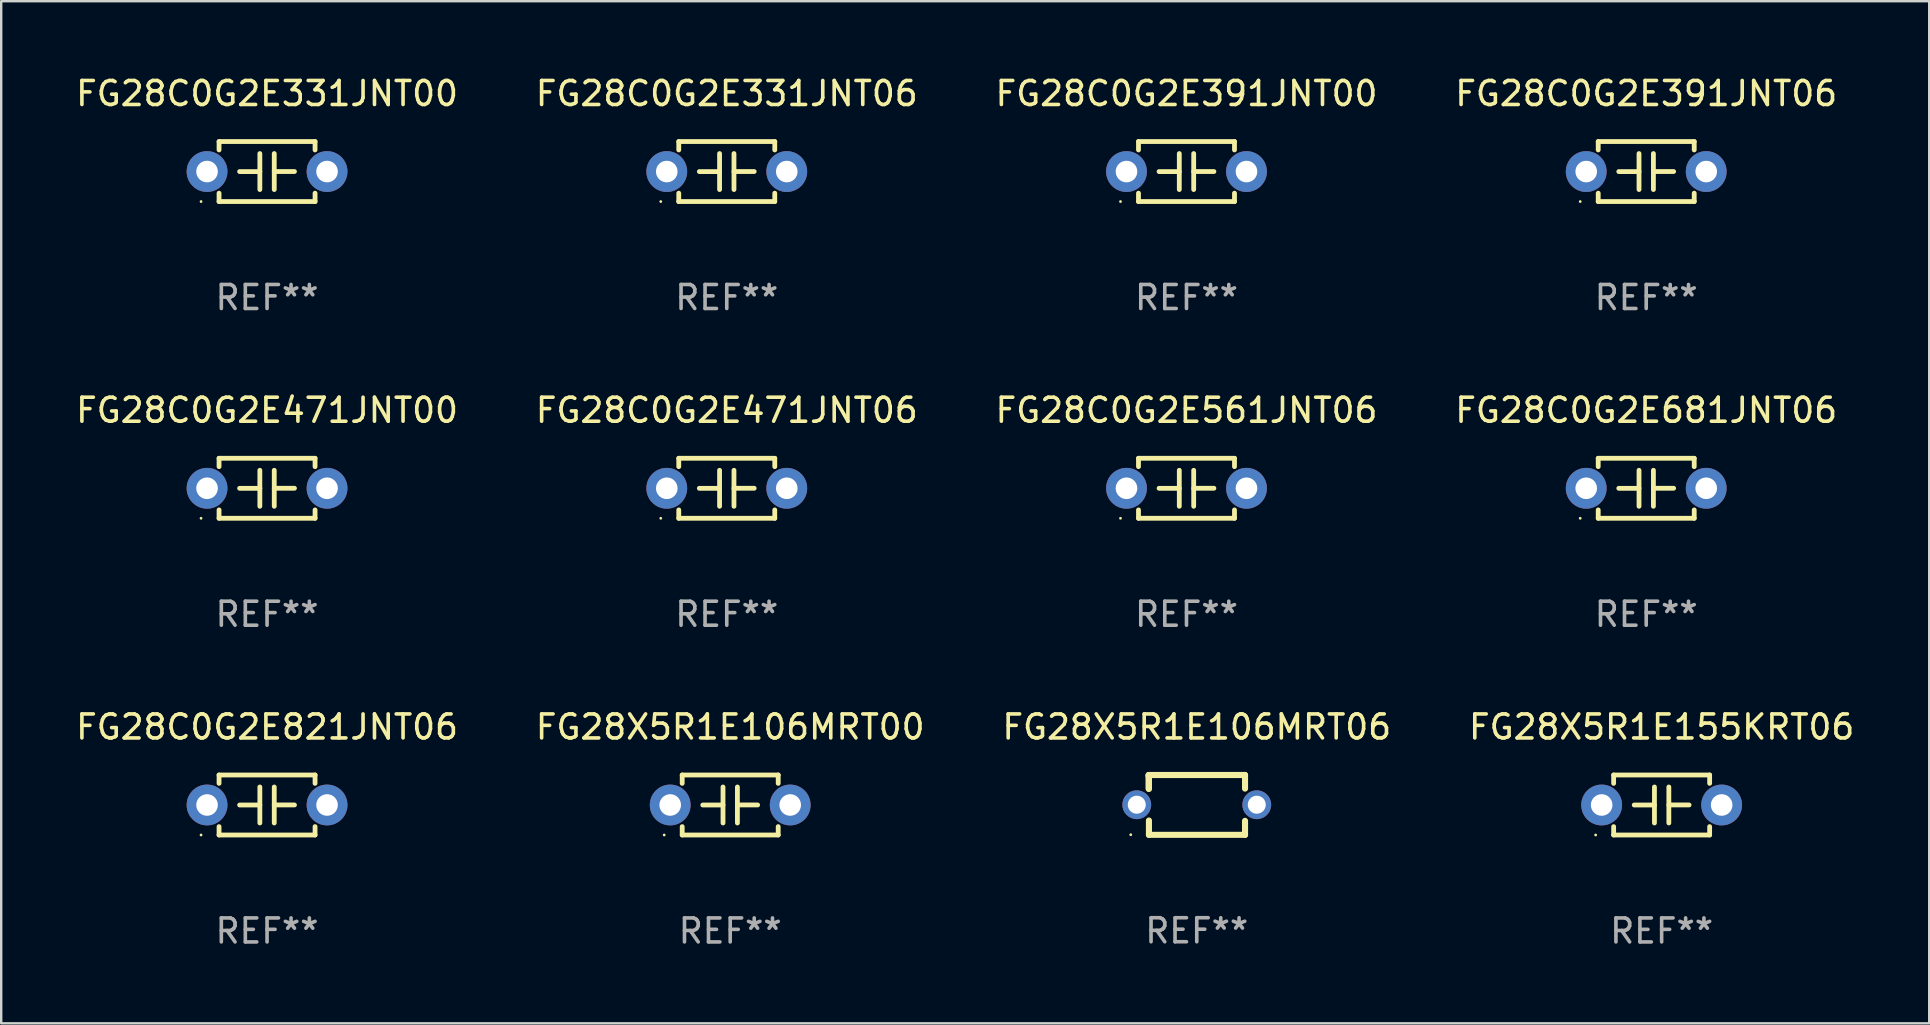
<source format=kicad_pcb>
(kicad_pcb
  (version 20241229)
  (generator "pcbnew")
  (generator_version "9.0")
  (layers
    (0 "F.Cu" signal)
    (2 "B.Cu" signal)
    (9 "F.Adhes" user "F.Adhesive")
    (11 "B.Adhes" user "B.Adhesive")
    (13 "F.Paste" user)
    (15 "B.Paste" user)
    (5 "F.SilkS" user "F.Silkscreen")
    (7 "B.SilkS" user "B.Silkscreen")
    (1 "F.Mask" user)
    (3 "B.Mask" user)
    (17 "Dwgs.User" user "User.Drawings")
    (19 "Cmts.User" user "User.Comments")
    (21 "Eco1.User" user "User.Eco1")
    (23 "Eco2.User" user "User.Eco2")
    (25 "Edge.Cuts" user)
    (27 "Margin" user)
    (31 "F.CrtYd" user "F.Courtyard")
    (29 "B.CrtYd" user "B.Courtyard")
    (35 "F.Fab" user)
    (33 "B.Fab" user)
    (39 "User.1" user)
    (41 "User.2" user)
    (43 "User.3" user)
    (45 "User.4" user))
  (footprint "FG28C0G2E331JNT00"
    (layer "F.Cu")
    (at 8.077 4.098)
    (property "Reference" "FG28C0G2E331JNT00" (at 0 -3.25 0) (layer "F.SilkS") (effects (font (size 1 1) (thickness 0.15))))
    (attr through_hole)
    (fp_line (start -2 -1.25) (end -2 -0.901) (stroke (width 0.2) (type solid)) (layer "F.SilkS"))
    (fp_line (start -2 -1.25) (end 2 -1.25) (stroke (width 0.2) (type solid)) (layer "F.SilkS"))
    (fp_line (start -2 0.901) (end -2 1.25) (stroke (width 0.2) (type solid)) (layer "F.SilkS"))
    (fp_line (start -0.3 -0.75) (end -0.3 0.75) (stroke (width 0.2) (type solid)) (layer "F.SilkS"))
    (fp_line (start -0.3 0.001) (end -1.143 0.001) (stroke (width 0.2) (type solid)) (layer "F.SilkS"))
    (fp_line (start 0.3 -0.001) (end 1.143 -0.001) (stroke (width 0.2) (type solid)) (layer "F.SilkS"))
    (fp_line (start 0.3 0.75) (end 0.3 -0.75) (stroke (width 0.2) (type solid)) (layer "F.SilkS"))
    (fp_line (start 2 -1.25) (end 2 -0.901) (stroke (width 0.2) (type solid)) (layer "F.SilkS"))
    (fp_line (start 2 0.901) (end 2 1.25) (stroke (width 0.2) (type solid)) (layer "F.SilkS"))
    (fp_line (start 2 1.25) (end -2 1.25) (stroke (width 0.2) (type solid)) (layer "F.SilkS"))
    (fp_circle (center -2.75 1.25) (end -2.72 1.25) (stroke (width 0.06) (type solid)) (fill no) (layer "F.SilkS"))
    (fp_text user "REF**" (at 0 5.25 0) (layer "F.Fab") (effects (font (size 1 1) (thickness 0.15))))
    (pad "1" thru_hole circle (at -2.5 0) (size 1.7 1.7) (drill 0.9) (layers "*.Cu" "*.Mask"))
    (pad "2" thru_hole circle (at 2.5 0) (size 1.7 1.7) (drill 0.9) (layers "*.Cu" "*.Mask")))
  (footprint "FG28C0G2E561JNT06"
    (layer "F.Cu")
    (at 46.387 17.295)
    (property "Reference" "FG28C0G2E561JNT06" (at 0 -3.25 0) (layer "F.SilkS") (effects (font (size 1 1) (thickness 0.15))))
    (attr through_hole)
    (fp_line (start -2 -1.25) (end -2 -0.901) (stroke (width 0.2) (type solid)) (layer "F.SilkS"))
    (fp_line (start -2 -1.25) (end 2 -1.25) (stroke (width 0.2) (type solid)) (layer "F.SilkS"))
    (fp_line (start -2 0.901) (end -2 1.25) (stroke (width 0.2) (type solid)) (layer "F.SilkS"))
    (fp_line (start -0.3 -0.75) (end -0.3 0.75) (stroke (width 0.2) (type solid)) (layer "F.SilkS"))
    (fp_line (start -0.3 0.001) (end -1.143 0.001) (stroke (width 0.2) (type solid)) (layer "F.SilkS"))
    (fp_line (start 0.3 -0.001) (end 1.143 -0.001) (stroke (width 0.2) (type solid)) (layer "F.SilkS"))
    (fp_line (start 0.3 0.75) (end 0.3 -0.75) (stroke (width 0.2) (type solid)) (layer "F.SilkS"))
    (fp_line (start 2 -1.25) (end 2 -0.901) (stroke (width 0.2) (type solid)) (layer "F.SilkS"))
    (fp_line (start 2 0.901) (end 2 1.25) (stroke (width 0.2) (type solid)) (layer "F.SilkS"))
    (fp_line (start 2 1.25) (end -2 1.25) (stroke (width 0.2) (type solid)) (layer "F.SilkS"))
    (fp_circle (center -2.75 1.25) (end -2.72 1.25) (stroke (width 0.06) (type solid)) (fill no) (layer "F.SilkS"))
    (fp_text user "REF**" (at 0 5.25 0) (layer "F.Fab") (effects (font (size 1 1) (thickness 0.15))))
    (pad "1" thru_hole circle (at -2.5 0) (size 1.7 1.7) (drill 0.9) (layers "*.Cu" "*.Mask"))
    (pad "2" thru_hole circle (at 2.5 0) (size 1.7 1.7) (drill 0.9) (layers "*.Cu" "*.Mask")))
  (footprint "FG28X5R1E106MRT06"
    (layer "F.Cu")
    (at 46.815 30.488)
    (property "Reference" "FG28X5R1E106MRT06" (at 0 -3.247 0) (layer "F.SilkS") (effects (font (size 1 1) (thickness 0.15))))
    (attr through_hole)
    (fp_line (start -2.006 -1.24) (end -1.999 -1.247) (stroke (width 0.254) (type solid)) (layer "F.SilkS"))
    (fp_line (start -2.006 -0.676) (end -2.006 -1.24) (stroke (width 0.254) (type solid)) (layer "F.SilkS"))
    (fp_line (start -1.999 -1.247) (end 2.005 -1.247) (stroke (width 0.254) (type solid)) (layer "F.SilkS"))
    (fp_line (start -1.993 -1.186) (end -2.006 -1.2) (stroke (width 0.254) (type solid)) (layer "F.SilkS"))
    (fp_line (start -1.993 -0.665) (end -1.993 -1.186) (stroke (width 0.254) (type solid)) (layer "F.SilkS"))
    (fp_line (start -1.993 1.247) (end -1.993 0.65) (stroke (width 0.254) (type solid)) (layer "F.SilkS"))
    (fp_line (start 2.005 -1.247) (end 2.011 -1.24) (stroke (width 0.254) (type solid)) (layer "F.SilkS"))
    (fp_line (start 2.011 -1.24) (end 2.011 -0.68) (stroke (width 0.254) (type solid)) (layer "F.SilkS"))
    (fp_line (start 2.011 0.664) (end 2.011 1.247) (stroke (width 0.254) (type solid)) (layer "F.SilkS"))
    (fp_line (start 2.011 1.247) (end -1.993 1.247) (stroke (width 0.254) (type solid)) (layer "F.SilkS"))
    (fp_circle (center -2.75 1.242) (end -2.72 1.242) (stroke (width 0.06) (type solid)) (fill no) (layer "F.SilkS"))
    (fp_text user "REF**" (at 0 5.247 0) (layer "F.Fab") (effects (font (size 1 1) (thickness 0.15))))
    (pad "1" thru_hole circle (at -2.5 -0.008) (size 1.2 1.2) (drill 0.75) (layers "*.Cu" "*.Mask"))
    (pad "2" thru_hole circle (at 2.5 -0.008) (size 1.2 1.2) (drill 0.75) (layers "*.Cu" "*.Mask")))
  (footprint "FG28C0G2E391JNT00"
    (layer "F.Cu")
    (at 46.387 4.098)
    (property "Reference" "FG28C0G2E391JNT00" (at 0 -3.25 0) (layer "F.SilkS") (effects (font (size 1 1) (thickness 0.15))))
    (attr through_hole)
    (fp_line (start -2 -1.25) (end -2 -0.901) (stroke (width 0.2) (type solid)) (layer "F.SilkS"))
    (fp_line (start -2 -1.25) (end 2 -1.25) (stroke (width 0.2) (type solid)) (layer "F.SilkS"))
    (fp_line (start -2 0.901) (end -2 1.25) (stroke (width 0.2) (type solid)) (layer "F.SilkS"))
    (fp_line (start -0.3 -0.75) (end -0.3 0.75) (stroke (width 0.2) (type solid)) (layer "F.SilkS"))
    (fp_line (start -0.3 0.001) (end -1.143 0.001) (stroke (width 0.2) (type solid)) (layer "F.SilkS"))
    (fp_line (start 0.3 -0.001) (end 1.143 -0.001) (stroke (width 0.2) (type solid)) (layer "F.SilkS"))
    (fp_line (start 0.3 0.75) (end 0.3 -0.75) (stroke (width 0.2) (type solid)) (layer "F.SilkS"))
    (fp_line (start 2 -1.25) (end 2 -0.901) (stroke (width 0.2) (type solid)) (layer "F.SilkS"))
    (fp_line (start 2 0.901) (end 2 1.25) (stroke (width 0.2) (type solid)) (layer "F.SilkS"))
    (fp_line (start 2 1.25) (end -2 1.25) (stroke (width 0.2) (type solid)) (layer "F.SilkS"))
    (fp_circle (center -2.75 1.25) (end -2.72 1.25) (stroke (width 0.06) (type solid)) (fill no) (layer "F.SilkS"))
    (fp_text user "REF**" (at 0 5.25 0) (layer "F.Fab") (effects (font (size 1 1) (thickness 0.15))))
    (pad "1" thru_hole circle (at -2.5 0) (size 1.7 1.7) (drill 0.9) (layers "*.Cu" "*.Mask"))
    (pad "2" thru_hole circle (at 2.5 0) (size 1.7 1.7) (drill 0.9) (layers "*.Cu" "*.Mask")))
  (footprint "FG28C0G2E331JNT06"
    (layer "F.Cu")
    (at 27.232 4.098)
    (property "Reference" "FG28C0G2E331JNT06" (at 0 -3.25 0) (layer "F.SilkS") (effects (font (size 1 1) (thickness 0.15))))
    (attr through_hole)
    (fp_line (start -2 -1.25) (end -2 -0.901) (stroke (width 0.2) (type solid)) (layer "F.SilkS"))
    (fp_line (start -2 -1.25) (end 2 -1.25) (stroke (width 0.2) (type solid)) (layer "F.SilkS"))
    (fp_line (start -2 0.901) (end -2 1.25) (stroke (width 0.2) (type solid)) (layer "F.SilkS"))
    (fp_line (start -0.3 -0.75) (end -0.3 0.75) (stroke (width 0.2) (type solid)) (layer "F.SilkS"))
    (fp_line (start -0.3 0.001) (end -1.143 0.001) (stroke (width 0.2) (type solid)) (layer "F.SilkS"))
    (fp_line (start 0.3 -0.001) (end 1.143 -0.001) (stroke (width 0.2) (type solid)) (layer "F.SilkS"))
    (fp_line (start 0.3 0.75) (end 0.3 -0.75) (stroke (width 0.2) (type solid)) (layer "F.SilkS"))
    (fp_line (start 2 -1.25) (end 2 -0.901) (stroke (width 0.2) (type solid)) (layer "F.SilkS"))
    (fp_line (start 2 0.901) (end 2 1.25) (stroke (width 0.2) (type solid)) (layer "F.SilkS"))
    (fp_line (start 2 1.25) (end -2 1.25) (stroke (width 0.2) (type solid)) (layer "F.SilkS"))
    (fp_circle (center -2.75 1.25) (end -2.72 1.25) (stroke (width 0.06) (type solid)) (fill no) (layer "F.SilkS"))
    (fp_text user "REF**" (at 0 5.25 0) (layer "F.Fab") (effects (font (size 1 1) (thickness 0.15))))
    (pad "1" thru_hole circle (at -2.5 0) (size 1.7 1.7) (drill 0.9) (layers "*.Cu" "*.Mask"))
    (pad "2" thru_hole circle (at 2.5 0) (size 1.7 1.7) (drill 0.9) (layers "*.Cu" "*.Mask")))
  (footprint "FG28C0G2E681JNT06"
    (layer "F.Cu")
    (at 65.542 17.295)
    (property "Reference" "FG28C0G2E681JNT06" (at 0 -3.25 0) (layer "F.SilkS") (effects (font (size 1 1) (thickness 0.15))))
    (attr through_hole)
    (fp_line (start -2 -1.25) (end -2 -0.901) (stroke (width 0.2) (type solid)) (layer "F.SilkS"))
    (fp_line (start -2 -1.25) (end 2 -1.25) (stroke (width 0.2) (type solid)) (layer "F.SilkS"))
    (fp_line (start -2 0.901) (end -2 1.25) (stroke (width 0.2) (type solid)) (layer "F.SilkS"))
    (fp_line (start -0.3 -0.75) (end -0.3 0.75) (stroke (width 0.2) (type solid)) (layer "F.SilkS"))
    (fp_line (start -0.3 0.001) (end -1.143 0.001) (stroke (width 0.2) (type solid)) (layer "F.SilkS"))
    (fp_line (start 0.3 -0.001) (end 1.143 -0.001) (stroke (width 0.2) (type solid)) (layer "F.SilkS"))
    (fp_line (start 0.3 0.75) (end 0.3 -0.75) (stroke (width 0.2) (type solid)) (layer "F.SilkS"))
    (fp_line (start 2 -1.25) (end 2 -0.901) (stroke (width 0.2) (type solid)) (layer "F.SilkS"))
    (fp_line (start 2 0.901) (end 2 1.25) (stroke (width 0.2) (type solid)) (layer "F.SilkS"))
    (fp_line (start 2 1.25) (end -2 1.25) (stroke (width 0.2) (type solid)) (layer "F.SilkS"))
    (fp_circle (center -2.75 1.25) (end -2.72 1.25) (stroke (width 0.06) (type solid)) (fill no) (layer "F.SilkS"))
    (fp_text user "REF**" (at 0 5.25 0) (layer "F.Fab") (effects (font (size 1 1) (thickness 0.15))))
    (pad "1" thru_hole circle (at -2.5 0) (size 1.7 1.7) (drill 0.9) (layers "*.Cu" "*.Mask"))
    (pad "2" thru_hole circle (at 2.5 0) (size 1.7 1.7) (drill 0.9) (layers "*.Cu" "*.Mask")))
  (footprint "FG28X5R1E155KRT06"
    (layer "F.Cu")
    (at 66.185 30.491)
    (property "Reference" "FG28X5R1E155KRT06" (at 0 -3.25 0) (layer "F.SilkS") (effects (font (size 1 1) (thickness 0.15))))
    (attr through_hole)
    (fp_line (start -2 -1.25) (end -2 -0.901) (stroke (width 0.2) (type solid)) (layer "F.SilkS"))
    (fp_line (start -2 -1.25) (end 2 -1.25) (stroke (width 0.2) (type solid)) (layer "F.SilkS"))
    (fp_line (start -2 0.901) (end -2 1.25) (stroke (width 0.2) (type solid)) (layer "F.SilkS"))
    (fp_line (start -0.3 -0.75) (end -0.3 0.75) (stroke (width 0.2) (type solid)) (layer "F.SilkS"))
    (fp_line (start -0.3 0.001) (end -1.143 0.001) (stroke (width 0.2) (type solid)) (layer "F.SilkS"))
    (fp_line (start 0.3 -0.001) (end 1.143 -0.001) (stroke (width 0.2) (type solid)) (layer "F.SilkS"))
    (fp_line (start 0.3 0.75) (end 0.3 -0.75) (stroke (width 0.2) (type solid)) (layer "F.SilkS"))
    (fp_line (start 2 -1.25) (end 2 -0.901) (stroke (width 0.2) (type solid)) (layer "F.SilkS"))
    (fp_line (start 2 0.901) (end 2 1.25) (stroke (width 0.2) (type solid)) (layer "F.SilkS"))
    (fp_line (start 2 1.25) (end -2 1.25) (stroke (width 0.2) (type solid)) (layer "F.SilkS"))
    (fp_circle (center -2.75 1.25) (end -2.72 1.25) (stroke (width 0.06) (type solid)) (fill no) (layer "F.SilkS"))
    (fp_text user "REF**" (at 0 5.25 0) (layer "F.Fab") (effects (font (size 1 1) (thickness 0.15))))
    (pad "1" thru_hole circle (at -2.5 0) (size 1.7 1.7) (drill 0.9) (layers "*.Cu" "*.Mask"))
    (pad "2" thru_hole circle (at 2.5 0) (size 1.7 1.7) (drill 0.9) (layers "*.Cu" "*.Mask")))
  (footprint "FG28C0G2E471JNT00"
    (layer "F.Cu")
    (at 8.077 17.295)
    (property "Reference" "FG28C0G2E471JNT00" (at 0 -3.25 0) (layer "F.SilkS") (effects (font (size 1 1) (thickness 0.15))))
    (attr through_hole)
    (fp_line (start -2 -1.25) (end -2 -0.901) (stroke (width 0.2) (type solid)) (layer "F.SilkS"))
    (fp_line (start -2 -1.25) (end 2 -1.25) (stroke (width 0.2) (type solid)) (layer "F.SilkS"))
    (fp_line (start -2 0.901) (end -2 1.25) (stroke (width 0.2) (type solid)) (layer "F.SilkS"))
    (fp_line (start -0.3 -0.75) (end -0.3 0.75) (stroke (width 0.2) (type solid)) (layer "F.SilkS"))
    (fp_line (start -0.3 0.001) (end -1.143 0.001) (stroke (width 0.2) (type solid)) (layer "F.SilkS"))
    (fp_line (start 0.3 -0.001) (end 1.143 -0.001) (stroke (width 0.2) (type solid)) (layer "F.SilkS"))
    (fp_line (start 0.3 0.75) (end 0.3 -0.75) (stroke (width 0.2) (type solid)) (layer "F.SilkS"))
    (fp_line (start 2 -1.25) (end 2 -0.901) (stroke (width 0.2) (type solid)) (layer "F.SilkS"))
    (fp_line (start 2 0.901) (end 2 1.25) (stroke (width 0.2) (type solid)) (layer "F.SilkS"))
    (fp_line (start 2 1.25) (end -2 1.25) (stroke (width 0.2) (type solid)) (layer "F.SilkS"))
    (fp_circle (center -2.75 1.25) (end -2.72 1.25) (stroke (width 0.06) (type solid)) (fill no) (layer "F.SilkS"))
    (fp_text user "REF**" (at 0 5.25 0) (layer "F.Fab") (effects (font (size 1 1) (thickness 0.15))))
    (pad "1" thru_hole circle (at -2.5 0) (size 1.7 1.7) (drill 0.9) (layers "*.Cu" "*.Mask"))
    (pad "2" thru_hole circle (at 2.5 0) (size 1.7 1.7) (drill 0.9) (layers "*.Cu" "*.Mask")))
  (footprint "FG28C0G2E471JNT06"
    (layer "F.Cu")
    (at 27.232 17.295)
    (property "Reference" "FG28C0G2E471JNT06" (at 0 -3.25 0) (layer "F.SilkS") (effects (font (size 1 1) (thickness 0.15))))
    (attr through_hole)
    (fp_line (start -2 -1.25) (end -2 -0.901) (stroke (width 0.2) (type solid)) (layer "F.SilkS"))
    (fp_line (start -2 -1.25) (end 2 -1.25) (stroke (width 0.2) (type solid)) (layer "F.SilkS"))
    (fp_line (start -2 0.901) (end -2 1.25) (stroke (width 0.2) (type solid)) (layer "F.SilkS"))
    (fp_line (start -0.3 -0.75) (end -0.3 0.75) (stroke (width 0.2) (type solid)) (layer "F.SilkS"))
    (fp_line (start -0.3 0.001) (end -1.143 0.001) (stroke (width 0.2) (type solid)) (layer "F.SilkS"))
    (fp_line (start 0.3 -0.001) (end 1.143 -0.001) (stroke (width 0.2) (type solid)) (layer "F.SilkS"))
    (fp_line (start 0.3 0.75) (end 0.3 -0.75) (stroke (width 0.2) (type solid)) (layer "F.SilkS"))
    (fp_line (start 2 -1.25) (end 2 -0.901) (stroke (width 0.2) (type solid)) (layer "F.SilkS"))
    (fp_line (start 2 0.901) (end 2 1.25) (stroke (width 0.2) (type solid)) (layer "F.SilkS"))
    (fp_line (start 2 1.25) (end -2 1.25) (stroke (width 0.2) (type solid)) (layer "F.SilkS"))
    (fp_circle (center -2.75 1.25) (end -2.72 1.25) (stroke (width 0.06) (type solid)) (fill no) (layer "F.SilkS"))
    (fp_text user "REF**" (at 0 5.25 0) (layer "F.Fab") (effects (font (size 1 1) (thickness 0.15))))
    (pad "1" thru_hole circle (at -2.5 0) (size 1.7 1.7) (drill 0.9) (layers "*.Cu" "*.Mask"))
    (pad "2" thru_hole circle (at 2.5 0) (size 1.7 1.7) (drill 0.9) (layers "*.Cu" "*.Mask")))
  (footprint "FG28X5R1E106MRT00"
    (layer "F.Cu")
    (at 27.375 30.491)
    (property "Reference" "FG28X5R1E106MRT00" (at 0 -3.25 0) (layer "F.SilkS") (effects (font (size 1 1) (thickness 0.15))))
    (attr through_hole)
    (fp_line (start -2 -1.25) (end -2 -0.901) (stroke (width 0.2) (type solid)) (layer "F.SilkS"))
    (fp_line (start -2 -1.25) (end 2 -1.25) (stroke (width 0.2) (type solid)) (layer "F.SilkS"))
    (fp_line (start -2 0.901) (end -2 1.25) (stroke (width 0.2) (type solid)) (layer "F.SilkS"))
    (fp_line (start -0.3 -0.75) (end -0.3 0.75) (stroke (width 0.2) (type solid)) (layer "F.SilkS"))
    (fp_line (start -0.3 0.001) (end -1.143 0.001) (stroke (width 0.2) (type solid)) (layer "F.SilkS"))
    (fp_line (start 0.3 -0.001) (end 1.143 -0.001) (stroke (width 0.2) (type solid)) (layer "F.SilkS"))
    (fp_line (start 0.3 0.75) (end 0.3 -0.75) (stroke (width 0.2) (type solid)) (layer "F.SilkS"))
    (fp_line (start 2 -1.25) (end 2 -0.901) (stroke (width 0.2) (type solid)) (layer "F.SilkS"))
    (fp_line (start 2 0.901) (end 2 1.25) (stroke (width 0.2) (type solid)) (layer "F.SilkS"))
    (fp_line (start 2 1.25) (end -2 1.25) (stroke (width 0.2) (type solid)) (layer "F.SilkS"))
    (fp_circle (center -2.75 1.25) (end -2.72 1.25) (stroke (width 0.06) (type solid)) (fill no) (layer "F.SilkS"))
    (fp_text user "REF**" (at 0 5.25 0) (layer "F.Fab") (effects (font (size 1 1) (thickness 0.15))))
    (pad "1" thru_hole circle (at -2.5 0) (size 1.7 1.7) (drill 0.9) (layers "*.Cu" "*.Mask"))
    (pad "2" thru_hole circle (at 2.5 0) (size 1.7 1.7) (drill 0.9) (layers "*.Cu" "*.Mask")))
  (footprint "FG28C0G2E821JNT06"
    (layer "F.Cu")
    (at 8.077 30.491)
    (property "Reference" "FG28C0G2E821JNT06" (at 0 -3.25 0) (layer "F.SilkS") (effects (font (size 1 1) (thickness 0.15))))
    (attr through_hole)
    (fp_line (start -2 -1.25) (end -2 -0.901) (stroke (width 0.2) (type solid)) (layer "F.SilkS"))
    (fp_line (start -2 -1.25) (end 2 -1.25) (stroke (width 0.2) (type solid)) (layer "F.SilkS"))
    (fp_line (start -2 0.901) (end -2 1.25) (stroke (width 0.2) (type solid)) (layer "F.SilkS"))
    (fp_line (start -0.3 -0.75) (end -0.3 0.75) (stroke (width 0.2) (type solid)) (layer "F.SilkS"))
    (fp_line (start -0.3 0.001) (end -1.143 0.001) (stroke (width 0.2) (type solid)) (layer "F.SilkS"))
    (fp_line (start 0.3 -0.001) (end 1.143 -0.001) (stroke (width 0.2) (type solid)) (layer "F.SilkS"))
    (fp_line (start 0.3 0.75) (end 0.3 -0.75) (stroke (width 0.2) (type solid)) (layer "F.SilkS"))
    (fp_line (start 2 -1.25) (end 2 -0.901) (stroke (width 0.2) (type solid)) (layer "F.SilkS"))
    (fp_line (start 2 0.901) (end 2 1.25) (stroke (width 0.2) (type solid)) (layer "F.SilkS"))
    (fp_line (start 2 1.25) (end -2 1.25) (stroke (width 0.2) (type solid)) (layer "F.SilkS"))
    (fp_circle (center -2.75 1.25) (end -2.72 1.25) (stroke (width 0.06) (type solid)) (fill no) (layer "F.SilkS"))
    (fp_text user "REF**" (at 0 5.25 0) (layer "F.Fab") (effects (font (size 1 1) (thickness 0.15))))
    (pad "1" thru_hole circle (at -2.5 0) (size 1.7 1.7) (drill 0.9) (layers "*.Cu" "*.Mask"))
    (pad "2" thru_hole circle (at 2.5 0) (size 1.7 1.7) (drill 0.9) (layers "*.Cu" "*.Mask")))
  (footprint "FG28C0G2E391JNT06"
    (layer "F.Cu")
    (at 65.542 4.098)
    (property "Reference" "FG28C0G2E391JNT06" (at 0 -3.25 0) (layer "F.SilkS") (effects (font (size 1 1) (thickness 0.15))))
    (attr through_hole)
    (fp_line (start -2 -1.25) (end -2 -0.901) (stroke (width 0.2) (type solid)) (layer "F.SilkS"))
    (fp_line (start -2 -1.25) (end 2 -1.25) (stroke (width 0.2) (type solid)) (layer "F.SilkS"))
    (fp_line (start -2 0.901) (end -2 1.25) (stroke (width 0.2) (type solid)) (layer "F.SilkS"))
    (fp_line (start -0.3 -0.75) (end -0.3 0.75) (stroke (width 0.2) (type solid)) (layer "F.SilkS"))
    (fp_line (start -0.3 0.001) (end -1.143 0.001) (stroke (width 0.2) (type solid)) (layer "F.SilkS"))
    (fp_line (start 0.3 -0.001) (end 1.143 -0.001) (stroke (width 0.2) (type solid)) (layer "F.SilkS"))
    (fp_line (start 0.3 0.75) (end 0.3 -0.75) (stroke (width 0.2) (type solid)) (layer "F.SilkS"))
    (fp_line (start 2 -1.25) (end 2 -0.901) (stroke (width 0.2) (type solid)) (layer "F.SilkS"))
    (fp_line (start 2 0.901) (end 2 1.25) (stroke (width 0.2) (type solid)) (layer "F.SilkS"))
    (fp_line (start 2 1.25) (end -2 1.25) (stroke (width 0.2) (type solid)) (layer "F.SilkS"))
    (fp_circle (center -2.75 1.25) (end -2.72 1.25) (stroke (width 0.06) (type solid)) (fill no) (layer "F.SilkS"))
    (fp_text user "REF**" (at 0 5.25 0) (layer "F.Fab") (effects (font (size 1 1) (thickness 0.15))))
    (pad "1" thru_hole circle (at -2.5 0) (size 1.7 1.7) (drill 0.9) (layers "*.Cu" "*.Mask"))
    (pad "2" thru_hole circle (at 2.5 0) (size 1.7 1.7) (drill 0.9) (layers "*.Cu" "*.Mask")))
  (gr_rect
    (start -3 -3)
    (end 77.333 39.59)
    (stroke (width 0.1) (type default))
    (fill no)
    (layer "Edge.Cuts")))
</source>
